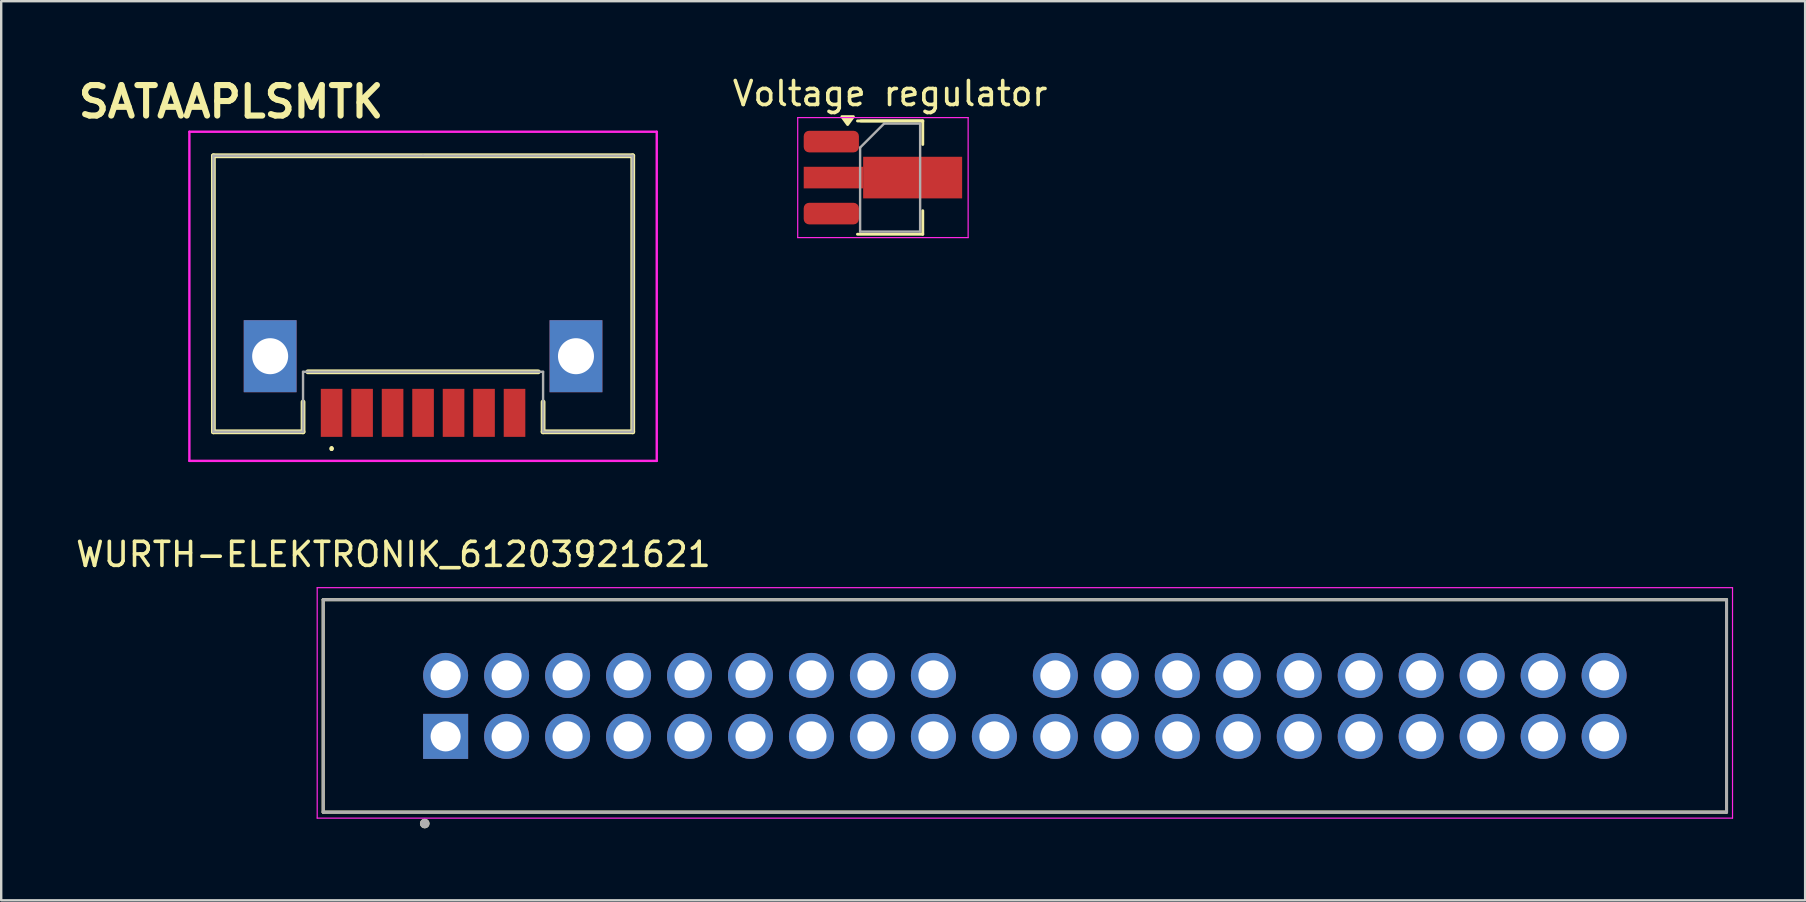
<source format=kicad_pcb>
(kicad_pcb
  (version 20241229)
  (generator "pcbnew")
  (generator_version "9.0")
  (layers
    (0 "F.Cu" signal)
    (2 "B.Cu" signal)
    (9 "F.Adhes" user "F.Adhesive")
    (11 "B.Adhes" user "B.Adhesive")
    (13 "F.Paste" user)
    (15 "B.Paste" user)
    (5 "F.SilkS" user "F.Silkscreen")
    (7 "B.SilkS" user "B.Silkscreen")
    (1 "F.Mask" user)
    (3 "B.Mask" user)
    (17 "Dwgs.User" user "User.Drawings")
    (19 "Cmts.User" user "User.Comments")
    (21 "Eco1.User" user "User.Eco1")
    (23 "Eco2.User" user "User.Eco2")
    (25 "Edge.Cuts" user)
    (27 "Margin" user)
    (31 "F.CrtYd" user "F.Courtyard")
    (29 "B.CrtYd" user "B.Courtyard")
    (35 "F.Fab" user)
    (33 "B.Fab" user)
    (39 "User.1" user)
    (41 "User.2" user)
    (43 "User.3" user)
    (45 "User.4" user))
  (footprint "WURTH-ELEKTRONIK_61203921621"
    (layer "F.Cu")
    (at 39.644 26.357)
    (property "Reference" "WURTH-ELEKTRONIK_61203921621" (at -26.305 -6.31 0) (layer "F.SilkS") (effects (font (size 1 1) (thickness 0.15))))
    (attr through_hole)
    (fp_line (start -29.23 -4.425) (end 29.23 -4.425) (stroke (width 0.127) (type solid)) (layer "F.SilkS"))
    (fp_line (start -29.23 4.425) (end -29.23 -4.425) (stroke (width 0.127) (type solid)) (layer "F.SilkS"))
    (fp_line (start 29.23 -4.425) (end 29.23 4.425) (stroke (width 0.127) (type solid)) (layer "F.SilkS"))
    (fp_line (start 29.23 4.425) (end -29.23 4.425) (stroke (width 0.127) (type solid)) (layer "F.SilkS"))
    (fp_circle (center -25 4.9) (end -24.9 4.9) (stroke (width 0.2) (type solid)) (fill no) (layer "F.SilkS"))
    (fp_line (start -29.48 -4.925) (end -29.48 4.675) (stroke (width 0.05) (type solid)) (layer "F.CrtYd"))
    (fp_line (start -29.48 4.675) (end 29.48 4.675) (stroke (width 0.05) (type solid)) (layer "F.CrtYd"))
    (fp_line (start 29.48 -4.925) (end -29.48 -4.925) (stroke (width 0.05) (type solid)) (layer "F.CrtYd"))
    (fp_line (start 29.48 4.675) (end 29.48 -4.925) (stroke (width 0.05) (type solid)) (layer "F.CrtYd"))
    (fp_line (start -29.23 -4.425) (end 29.23 -4.425) (stroke (width 0.127) (type solid)) (layer "F.Fab"))
    (fp_line (start -29.23 4.425) (end -29.23 -4.425) (stroke (width 0.127) (type solid)) (layer "F.Fab"))
    (fp_line (start 29.23 -4.425) (end 29.23 4.425) (stroke (width 0.127) (type solid)) (layer "F.Fab"))
    (fp_line (start 29.23 4.425) (end -29.23 4.425) (stroke (width 0.127) (type solid)) (layer "F.Fab"))
    (fp_circle (center -25 4.9) (end -24.9 4.9) (stroke (width 0.2) (type solid)) (fill no) (layer "F.Fab"))
    (pad "1" thru_hole rect (at -24.13 1.27) (size 1.875 1.875) (drill 1.25) (layers "*.Cu" "*.Mask"))
    (pad "2" thru_hole circle (at -24.13 -1.27) (size 1.875 1.875) (drill 1.25) (layers "*.Cu" "*.Mask"))
    (pad "3" thru_hole circle (at -21.59 1.27) (size 1.875 1.875) (drill 1.25) (layers "*.Cu" "*.Mask"))
    (pad "4" thru_hole circle (at -21.59 -1.27) (size 1.875 1.875) (drill 1.25) (layers "*.Cu" "*.Mask"))
    (pad "5" thru_hole circle (at -19.05 1.27) (size 1.875 1.875) (drill 1.25) (layers "*.Cu" "*.Mask"))
    (pad "6" thru_hole circle (at -19.05 -1.27) (size 1.875 1.875) (drill 1.25) (layers "*.Cu" "*.Mask"))
    (pad "7" thru_hole circle (at -16.51 1.27) (size 1.875 1.875) (drill 1.25) (layers "*.Cu" "*.Mask"))
    (pad "8" thru_hole circle (at -16.51 -1.27) (size 1.875 1.875) (drill 1.25) (layers "*.Cu" "*.Mask"))
    (pad "9" thru_hole circle (at -13.97 1.27) (size 1.875 1.875) (drill 1.25) (layers "*.Cu" "*.Mask"))
    (pad "10" thru_hole circle (at -13.97 -1.27) (size 1.875 1.875) (drill 1.25) (layers "*.Cu" "*.Mask"))
    (pad "11" thru_hole circle (at -11.43 1.27) (size 1.875 1.875) (drill 1.25) (layers "*.Cu" "*.Mask"))
    (pad "12" thru_hole circle (at -11.43 -1.27) (size 1.875 1.875) (drill 1.25) (layers "*.Cu" "*.Mask"))
    (pad "13" thru_hole circle (at -8.89 1.27) (size 1.875 1.875) (drill 1.25) (layers "*.Cu" "*.Mask"))
    (pad "14" thru_hole circle (at -8.89 -1.27) (size 1.875 1.875) (drill 1.25) (layers "*.Cu" "*.Mask"))
    (pad "15" thru_hole circle (at -6.35 1.27) (size 1.875 1.875) (drill 1.25) (layers "*.Cu" "*.Mask"))
    (pad "16" thru_hole circle (at -6.35 -1.27) (size 1.875 1.875) (drill 1.25) (layers "*.Cu" "*.Mask"))
    (pad "17" thru_hole circle (at -3.81 1.27) (size 1.875 1.875) (drill 1.25) (layers "*.Cu" "*.Mask"))
    (pad "18" thru_hole circle (at -3.81 -1.27) (size 1.875 1.875) (drill 1.25) (layers "*.Cu" "*.Mask"))
    (pad "19" thru_hole circle (at -1.27 1.27) (size 1.875 1.875) (drill 1.25) (layers "*.Cu" "*.Mask"))
    (pad "21" thru_hole circle (at 1.27 1.27) (size 1.875 1.875) (drill 1.25) (layers "*.Cu" "*.Mask"))
    (pad "22" thru_hole circle (at 1.27 -1.27) (size 1.875 1.875) (drill 1.25) (layers "*.Cu" "*.Mask"))
    (pad "23" thru_hole circle (at 3.81 1.27) (size 1.875 1.875) (drill 1.25) (layers "*.Cu" "*.Mask"))
    (pad "24" thru_hole circle (at 3.81 -1.27) (size 1.875 1.875) (drill 1.25) (layers "*.Cu" "*.Mask"))
    (pad "25" thru_hole circle (at 6.35 1.27) (size 1.875 1.875) (drill 1.25) (layers "*.Cu" "*.Mask"))
    (pad "26" thru_hole circle (at 6.35 -1.27) (size 1.875 1.875) (drill 1.25) (layers "*.Cu" "*.Mask"))
    (pad "27" thru_hole circle (at 8.89 1.27) (size 1.875 1.875) (drill 1.25) (layers "*.Cu" "*.Mask"))
    (pad "28" thru_hole circle (at 8.89 -1.27) (size 1.875 1.875) (drill 1.25) (layers "*.Cu" "*.Mask"))
    (pad "29" thru_hole circle (at 11.43 1.27) (size 1.875 1.875) (drill 1.25) (layers "*.Cu" "*.Mask"))
    (pad "30" thru_hole circle (at 11.43 -1.27) (size 1.875 1.875) (drill 1.25) (layers "*.Cu" "*.Mask"))
    (pad "31" thru_hole circle (at 13.97 1.27) (size 1.875 1.875) (drill 1.25) (layers "*.Cu" "*.Mask"))
    (pad "32" thru_hole circle (at 13.97 -1.27) (size 1.875 1.875) (drill 1.25) (layers "*.Cu" "*.Mask"))
    (pad "33" thru_hole circle (at 16.51 1.27) (size 1.875 1.875) (drill 1.25) (layers "*.Cu" "*.Mask"))
    (pad "34" thru_hole circle (at 16.51 -1.27) (size 1.875 1.875) (drill 1.25) (layers "*.Cu" "*.Mask"))
    (pad "35" thru_hole circle (at 19.05 1.27) (size 1.875 1.875) (drill 1.25) (layers "*.Cu" "*.Mask"))
    (pad "36" thru_hole circle (at 19.05 -1.27) (size 1.875 1.875) (drill 1.25) (layers "*.Cu" "*.Mask"))
    (pad "37" thru_hole circle (at 21.59 1.27) (size 1.875 1.875) (drill 1.25) (layers "*.Cu" "*.Mask"))
    (pad "38" thru_hole circle (at 21.59 -1.27) (size 1.875 1.875) (drill 1.25) (layers "*.Cu" "*.Mask"))
    (pad "39" thru_hole circle (at 24.13 1.27) (size 1.875 1.875) (drill 1.25) (layers "*.Cu" "*.Mask"))
    (pad "40" thru_hole circle (at 24.13 -1.27) (size 1.875 1.875) (drill 1.25) (layers "*.Cu" "*.Mask")))
  (footprint "Voltage regulator"
    (layer "F.Cu")
    (at 34.031 4.348)
    (property "Reference" "Voltage regulator" (at 0 -3.5 0) (layer "F.SilkS") (effects (font (size 1 1) (thickness 0.15))))
    (attr smd)
    (fp_line (start -1.36 -2.36) (end 1.36 -2.36) (stroke (width 0.12) (type solid)) (layer "F.SilkS"))
    (fp_line (start -1.22 -2.36) (end 1.36 -2.36) (stroke (width 0.12) (type solid)) (layer "F.SilkS"))
    (fp_line (start 1.36 -1.38) (end 1.36 -2.36) (stroke (width 0.12) (type solid)) (layer "F.SilkS"))
    (fp_line (start 1.36 1.38) (end 1.36 2.36) (stroke (width 0.12) (type solid)) (layer "F.SilkS"))
    (fp_line (start 1.36 2.36) (end -1.36 2.36) (stroke (width 0.12) (type solid)) (layer "F.SilkS"))
    (fp_poly (pts (xy -1.77 -2.21) (xy -2.01 -2.54) (xy -1.53 -2.54) (xy -1.77 -2.21)) (stroke (width 0.12) (type solid)) (fill yes) (layer "F.SilkS"))
    (fp_line (start -3.85 2.5) (end -3.85 -2.5) (stroke (width 0.05) (type solid)) (layer "F.CrtYd"))
    (fp_line (start -3.85 2.5) (end 3.25 2.5) (stroke (width 0.05) (type solid)) (layer "F.CrtYd"))
    (fp_line (start 3.25 -2.5) (end -3.85 -2.5) (stroke (width 0.05) (type solid)) (layer "F.CrtYd"))
    (fp_line (start 3.25 -2.5) (end 3.25 2.5) (stroke (width 0.05) (type solid)) (layer "F.CrtYd"))
    (fp_line (start -1.25 -1.25) (end -0.25 -2.25) (stroke (width 0.1) (type solid)) (layer "F.Fab"))
    (fp_line (start -1.25 2.25) (end -1.25 -1.25) (stroke (width 0.1) (type solid)) (layer "F.Fab"))
    (fp_line (start -0.25 -2.25) (end 1.25 -2.25) (stroke (width 0.1) (type solid)) (layer "F.Fab"))
    (fp_line (start 1.25 -2.25) (end 1.25 2.25) (stroke (width 0.1) (type solid)) (layer "F.Fab"))
    (fp_line (start 1.25 2.25) (end -1.25 2.25) (stroke (width 0.1) (type solid)) (layer "F.Fab"))
    (pad "1" smd roundrect (at -2.45 -1.5) (size 2.3 0.9) (layers "F.Cu" "F.Mask" "F.Paste") (roundrect_rratio 0.25))
    (pad "2" smd custom (at -2.362 0) (size 2.475 0.9) (layers "F.Cu" "F.Mask" "F.Paste") (options (anchor rect)) (primitives (gr_poly (pts (xy 5.362 0.867) (xy 1.238 0.867) (xy 1.238 -0.867) (xy 5.362 -0.867)) (width 0) (fill yes))))
    (pad "3" smd roundrect (at -2.45 1.5) (size 2.3 0.9) (layers "F.Cu" "F.Mask" "F.Paste") (roundrect_rratio 0.25)))
  (footprint "SATAAPLSMTK"
    (layer "F.Cu")
    (at 14.574 9.189)
    (property "Reference" "SATAAPLSMTK" (at -8 -8 0) (layer "F.SilkS") (effects (font (size 1.27 1.27) (thickness 0.254))))
    (attr through_hole)
    (fp_line (start -8.735 -5.75) (end -8.735 5.75) (stroke (width 0.2) (type solid)) (layer "F.SilkS"))
    (fp_line (start -8.735 5.75) (end -5 5.75) (stroke (width 0.2) (type solid)) (layer "F.SilkS"))
    (fp_line (start -5 5.75) (end -5 4.505) (stroke (width 0.2) (type solid)) (layer "F.SilkS"))
    (fp_line (start -4.8 3.25) (end 4.8 3.25) (stroke (width 0.2) (type solid)) (layer "F.SilkS"))
    (fp_line (start -3.81 6.4) (end -3.81 6.4) (stroke (width 0.1) (type solid)) (layer "F.SilkS"))
    (fp_line (start -3.81 6.5) (end -3.81 6.5) (stroke (width 0.1) (type solid)) (layer "F.SilkS"))
    (fp_line (start 5 4.505) (end 5 5.75) (stroke (width 0.2) (type solid)) (layer "F.SilkS"))
    (fp_line (start 5 5.75) (end 8.735 5.75) (stroke (width 0.2) (type solid)) (layer "F.SilkS"))
    (fp_line (start 8.735 -5.75) (end -8.735 -5.75) (stroke (width 0.2) (type solid)) (layer "F.SilkS"))
    (fp_line (start 8.735 5.75) (end 8.735 -5.75) (stroke (width 0.2) (type solid)) (layer "F.SilkS"))
    (fp_arc (start -3.81 6.4) (mid -3.76 6.45) (end -3.81 6.5) (stroke (width 0.1) (type solid)) (layer "F.SilkS"))
    (fp_arc (start -3.81 6.5) (mid -3.86 6.45) (end -3.81 6.4) (stroke (width 0.1) (type solid)) (layer "F.SilkS"))
    (fp_line (start -9.735 -6.75) (end 9.735 -6.75) (stroke (width 0.1) (type solid)) (layer "F.CrtYd"))
    (fp_line (start -9.735 6.96) (end -9.735 -6.75) (stroke (width 0.1) (type solid)) (layer "F.CrtYd"))
    (fp_line (start 9.735 -6.75) (end 9.735 6.96) (stroke (width 0.1) (type solid)) (layer "F.CrtYd"))
    (fp_line (start 9.735 6.96) (end -9.735 6.96) (stroke (width 0.1) (type solid)) (layer "F.CrtYd"))
    (fp_line (start -8.735 -5.75) (end 0 -5.75) (stroke (width 0.1) (type solid)) (layer "F.Fab"))
    (fp_line (start -8.735 5.75) (end -8.735 -5.75) (stroke (width 0.1) (type solid)) (layer "F.Fab"))
    (fp_line (start -5 3.25) (end -5 5.75) (stroke (width 0.1) (type solid)) (layer "F.Fab"))
    (fp_line (start -5 5.75) (end -8.735 5.75) (stroke (width 0.1) (type solid)) (layer "F.Fab"))
    (fp_line (start 0 -5.75) (end 8.735 -5.75) (stroke (width 0.1) (type solid)) (layer "F.Fab"))
    (fp_line (start 5 3.25) (end -5 3.25) (stroke (width 0.1) (type solid)) (layer "F.Fab"))
    (fp_line (start 5 5.75) (end 5 3.25) (stroke (width 0.1) (type solid)) (layer "F.Fab"))
    (fp_line (start 8.735 -5.75) (end 8.735 5.75) (stroke (width 0.1) (type solid)) (layer "F.Fab"))
    (fp_line (start 8.735 5.75) (end 5 5.75) (stroke (width 0.1) (type solid)) (layer "F.Fab"))
    (pad "1" thru_hole rect (at -6.37 2.6) (size 2.2 3) (drill 1.5) (layers "*.Cu" "*.Mask"))
    (pad "2" thru_hole rect (at 6.37 2.6) (size 2.2 3) (drill 1.5) (layers "*.Cu" "*.Mask"))
    (pad "S1" smd rect (at -3.81 4.96) (size 0.9 2) (layers "F.Cu" "F.Mask" "F.Paste"))
    (pad "S2" smd rect (at -2.54 4.96) (size 0.9 2) (layers "F.Cu" "F.Mask" "F.Paste"))
    (pad "S3" smd rect (at -1.27 4.96) (size 0.9 2) (layers "F.Cu" "F.Mask" "F.Paste"))
    (pad "S4" smd rect (at 0 4.96) (size 0.9 2) (layers "F.Cu" "F.Mask" "F.Paste"))
    (pad "S5" smd rect (at 1.27 4.96) (size 0.9 2) (layers "F.Cu" "F.Mask" "F.Paste"))
    (pad "S6" smd rect (at 2.54 4.96) (size 0.9 2) (layers "F.Cu" "F.Mask" "F.Paste"))
    (pad "S7" smd rect (at 3.81 4.96) (size 0.9 2) (layers "F.Cu" "F.Mask" "F.Paste")))
  (gr_rect
    (start -3 -3)
    (end 72.149 34.457)
    (stroke (width 0.1) (type default))
    (fill no)
    (layer "Edge.Cuts")))
</source>
